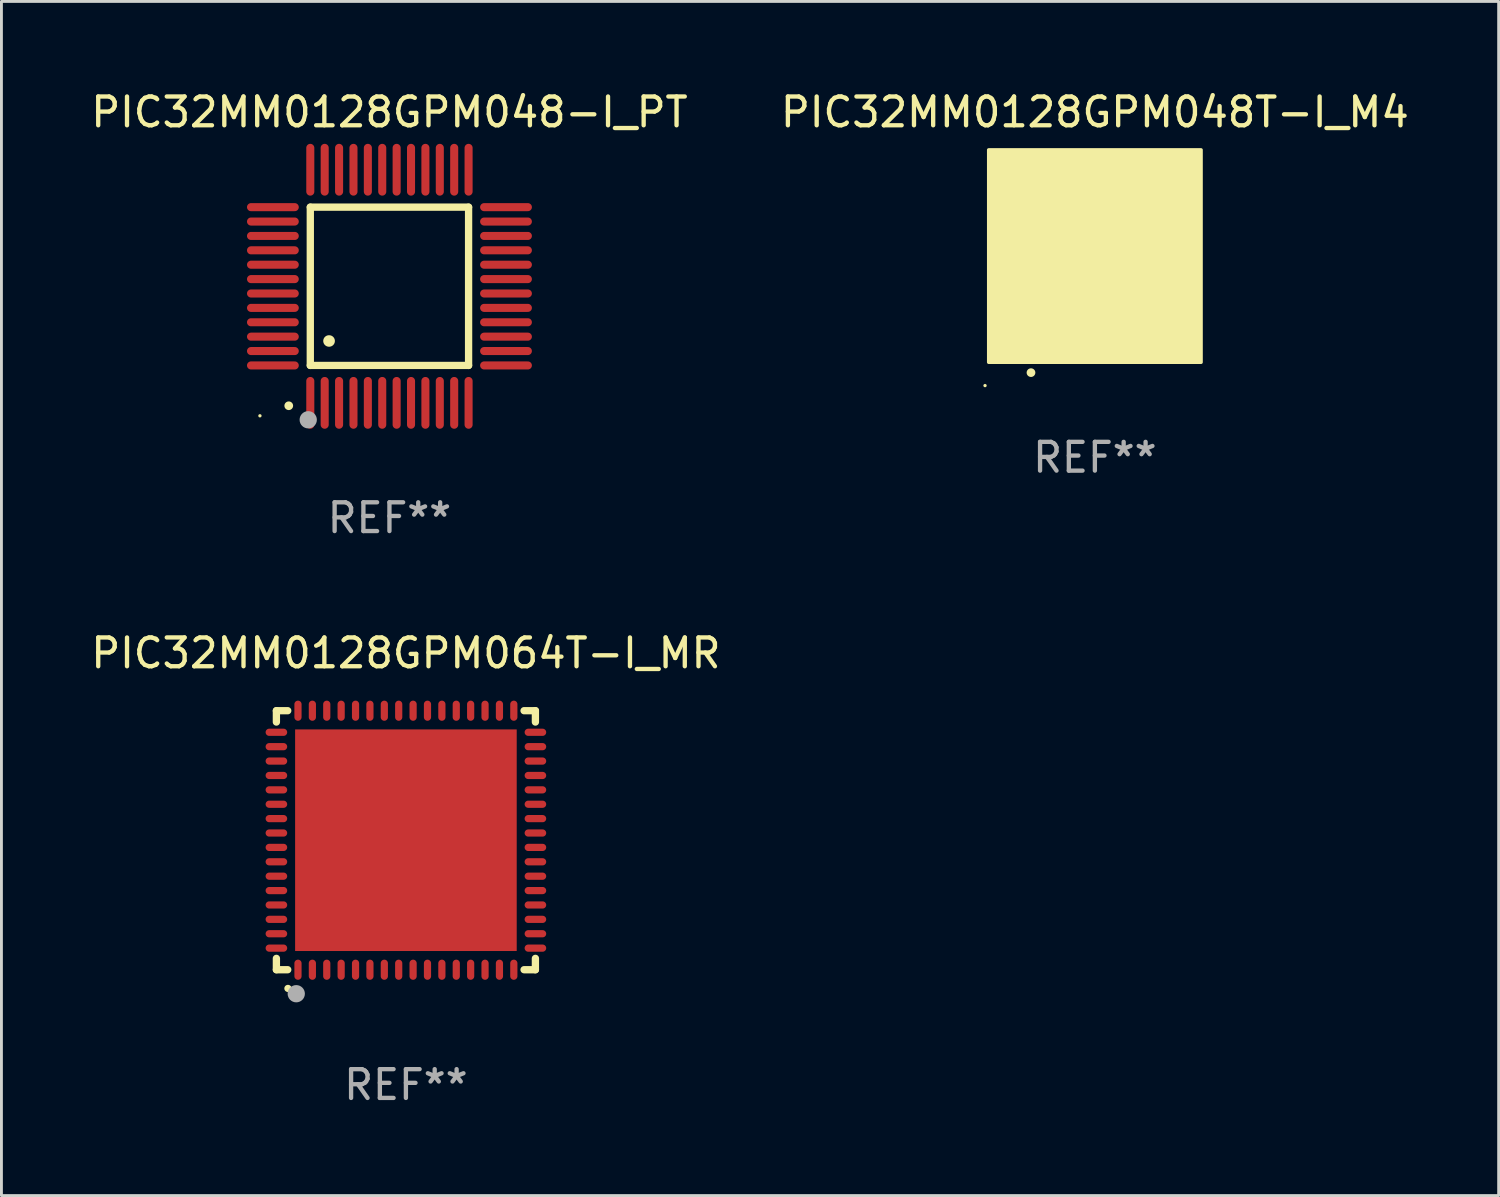
<source format=kicad_pcb>
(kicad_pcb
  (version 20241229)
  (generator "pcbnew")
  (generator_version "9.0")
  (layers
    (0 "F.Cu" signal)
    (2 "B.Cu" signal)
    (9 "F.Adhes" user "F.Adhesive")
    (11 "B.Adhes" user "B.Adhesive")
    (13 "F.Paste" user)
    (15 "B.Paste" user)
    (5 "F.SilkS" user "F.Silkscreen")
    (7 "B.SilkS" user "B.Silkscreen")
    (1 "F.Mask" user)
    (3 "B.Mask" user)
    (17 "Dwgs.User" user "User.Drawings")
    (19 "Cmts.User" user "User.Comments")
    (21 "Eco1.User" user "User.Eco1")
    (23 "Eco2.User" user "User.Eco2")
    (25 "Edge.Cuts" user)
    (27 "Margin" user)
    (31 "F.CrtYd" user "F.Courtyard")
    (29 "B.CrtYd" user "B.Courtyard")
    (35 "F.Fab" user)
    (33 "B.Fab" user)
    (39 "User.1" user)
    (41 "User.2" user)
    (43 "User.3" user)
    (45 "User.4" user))
  (footprint "PIC32MM0128GPM064T-I_MR"
    (layer "F.Cu")
    (at 11.054 26.145)
    (property "Reference" "PIC32MM0128GPM064T-I_MR" (at 0 -6.5 0) (layer "F.SilkS") (effects (font (size 1 1) (thickness 0.15))))
    (attr through_hole)
    (fp_line (start -4.5 -4.5) (end -4.106 -4.5) (stroke (width 0.254) (type solid)) (layer "F.SilkS"))
    (fp_line (start -4.5 -4.106) (end -4.5 -4.5) (stroke (width 0.254) (type solid)) (layer "F.SilkS"))
    (fp_line (start -4.5 4.5) (end -4.5 4.106) (stroke (width 0.254) (type solid)) (layer "F.SilkS"))
    (fp_line (start -4.106 4.5) (end -4.5 4.5) (stroke (width 0.254) (type solid)) (layer "F.SilkS"))
    (fp_line (start 4.106 -4.5) (end 4.5 -4.5) (stroke (width 0.254) (type solid)) (layer "F.SilkS"))
    (fp_line (start 4.5 -4.5) (end 4.5 -4.106) (stroke (width 0.254) (type solid)) (layer "F.SilkS"))
    (fp_line (start 4.5 4.106) (end 4.5 4.5) (stroke (width 0.254) (type solid)) (layer "F.SilkS"))
    (fp_line (start 4.5 4.5) (end 4.106 4.5) (stroke (width 0.254) (type solid)) (layer "F.SilkS"))
    (fp_arc (start -4.099987 5.149898) (mid -4.098717 5.149892) (end -4.097447 5.149898) (stroke (width 0.24892) (type solid)) (layer "F.SilkS"))
    (fp_circle (center -4.5 4.5) (end -4.47 4.5) (stroke (width 0.06) (type solid)) (fill no) (layer "F.SilkS"))
    (fp_circle (center -3.81 5.334) (end -3.66 5.334) (stroke (width 0.3) (type solid)) (fill no) (layer "F.Fab"))
    (fp_text user "REF**" (at 0 8.5 0) (layer "F.Fab") (effects (font (size 1 1) (thickness 0.15))))
    (pad "1" smd oval (at -3.75 4.5) (size 0.25 0.7) (layers "F.Cu" "F.Mask" "F.Paste"))
    (pad "2" smd oval (at -3.25 4.5) (size 0.25 0.7) (layers "F.Cu" "F.Mask" "F.Paste"))
    (pad "3" smd oval (at -2.75 4.5) (size 0.25 0.7) (layers "F.Cu" "F.Mask" "F.Paste"))
    (pad "4" smd oval (at -2.25 4.5) (size 0.25 0.7) (layers "F.Cu" "F.Mask" "F.Paste"))
    (pad "5" smd oval (at -1.75 4.5) (size 0.25 0.7) (layers "F.Cu" "F.Mask" "F.Paste"))
    (pad "6" smd oval (at -1.25 4.5) (size 0.25 0.7) (layers "F.Cu" "F.Mask" "F.Paste"))
    (pad "7" smd oval (at -0.75 4.5) (size 0.25 0.7) (layers "F.Cu" "F.Mask" "F.Paste"))
    (pad "8" smd oval (at -0.25 4.5) (size 0.25 0.7) (layers "F.Cu" "F.Mask" "F.Paste"))
    (pad "9" smd oval (at 0.25 4.5) (size 0.25 0.7) (layers "F.Cu" "F.Mask" "F.Paste"))
    (pad "10" smd oval (at 0.75 4.5) (size 0.25 0.7) (layers "F.Cu" "F.Mask" "F.Paste"))
    (pad "11" smd oval (at 1.25 4.5) (size 0.25 0.7) (layers "F.Cu" "F.Mask" "F.Paste"))
    (pad "12" smd oval (at 1.75 4.5) (size 0.25 0.7) (layers "F.Cu" "F.Mask" "F.Paste"))
    (pad "13" smd oval (at 2.25 4.5) (size 0.25 0.7) (layers "F.Cu" "F.Mask" "F.Paste"))
    (pad "14" smd oval (at 2.75 4.5) (size 0.25 0.7) (layers "F.Cu" "F.Mask" "F.Paste"))
    (pad "15" smd oval (at 3.25 4.5) (size 0.25 0.7) (layers "F.Cu" "F.Mask" "F.Paste"))
    (pad "16" smd oval (at 3.75 4.5) (size 0.25 0.7) (layers "F.Cu" "F.Mask" "F.Paste"))
    (pad "17" smd oval (at 4.5 3.75) (size 0.75 0.25) (layers "F.Cu" "F.Mask" "F.Paste"))
    (pad "18" smd oval (at 4.5 3.25) (size 0.75 0.25) (layers "F.Cu" "F.Mask" "F.Paste"))
    (pad "19" smd oval (at 4.5 2.75) (size 0.75 0.25) (layers "F.Cu" "F.Mask" "F.Paste"))
    (pad "20" smd oval (at 4.5 2.25) (size 0.75 0.25) (layers "F.Cu" "F.Mask" "F.Paste"))
    (pad "21" smd oval (at 4.5 1.75) (size 0.75 0.25) (layers "F.Cu" "F.Mask" "F.Paste"))
    (pad "22" smd oval (at 4.5 1.25) (size 0.75 0.25) (layers "F.Cu" "F.Mask" "F.Paste"))
    (pad "23" smd oval (at 4.5 0.75) (size 0.75 0.25) (layers "F.Cu" "F.Mask" "F.Paste"))
    (pad "24" smd oval (at 4.5 0.25) (size 0.75 0.25) (layers "F.Cu" "F.Mask" "F.Paste"))
    (pad "25" smd oval (at 4.5 -0.25) (size 0.75 0.25) (layers "F.Cu" "F.Mask" "F.Paste"))
    (pad "26" smd oval (at 4.5 -0.75) (size 0.75 0.25) (layers "F.Cu" "F.Mask" "F.Paste"))
    (pad "27" smd oval (at 4.5 -1.25) (size 0.75 0.25) (layers "F.Cu" "F.Mask" "F.Paste"))
    (pad "28" smd oval (at 4.5 -1.75) (size 0.75 0.25) (layers "F.Cu" "F.Mask" "F.Paste"))
    (pad "29" smd oval (at 4.5 -2.25) (size 0.75 0.25) (layers "F.Cu" "F.Mask" "F.Paste"))
    (pad "30" smd oval (at 4.5 -2.75) (size 0.75 0.25) (layers "F.Cu" "F.Mask" "F.Paste"))
    (pad "31" smd oval (at 4.5 -3.25) (size 0.75 0.25) (layers "F.Cu" "F.Mask" "F.Paste"))
    (pad "32" smd oval (at 4.5 -3.75) (size 0.75 0.25) (layers "F.Cu" "F.Mask" "F.Paste"))
    (pad "33" smd oval (at 3.75 -4.5) (size 0.25 0.7) (layers "F.Cu" "F.Mask" "F.Paste"))
    (pad "34" smd oval (at 3.25 -4.5) (size 0.25 0.7) (layers "F.Cu" "F.Mask" "F.Paste"))
    (pad "35" smd oval (at 2.75 -4.5) (size 0.25 0.7) (layers "F.Cu" "F.Mask" "F.Paste"))
    (pad "36" smd oval (at 2.25 -4.5) (size 0.25 0.7) (layers "F.Cu" "F.Mask" "F.Paste"))
    (pad "37" smd oval (at 1.75 -4.5) (size 0.25 0.7) (layers "F.Cu" "F.Mask" "F.Paste"))
    (pad "38" smd oval (at 1.25 -4.5) (size 0.25 0.7) (layers "F.Cu" "F.Mask" "F.Paste"))
    (pad "39" smd oval (at 0.75 -4.5) (size 0.25 0.7) (layers "F.Cu" "F.Mask" "F.Paste"))
    (pad "40" smd oval (at 0.25 -4.5) (size 0.25 0.7) (layers "F.Cu" "F.Mask" "F.Paste"))
    (pad "41" smd oval (at -0.25 -4.5) (size 0.25 0.7) (layers "F.Cu" "F.Mask" "F.Paste"))
    (pad "42" smd oval (at -0.75 -4.5) (size 0.25 0.7) (layers "F.Cu" "F.Mask" "F.Paste"))
    (pad "43" smd oval (at -1.25 -4.5) (size 0.25 0.7) (layers "F.Cu" "F.Mask" "F.Paste"))
    (pad "44" smd oval (at -1.75 -4.5) (size 0.25 0.7) (layers "F.Cu" "F.Mask" "F.Paste"))
    (pad "45" smd oval (at -2.25 -4.5) (size 0.25 0.7) (layers "F.Cu" "F.Mask" "F.Paste"))
    (pad "46" smd oval (at -2.75 -4.5) (size 0.25 0.7) (layers "F.Cu" "F.Mask" "F.Paste"))
    (pad "47" smd oval (at -3.25 -4.5) (size 0.25 0.7) (layers "F.Cu" "F.Mask" "F.Paste"))
    (pad "48" smd oval (at -3.75 -4.5) (size 0.25 0.7) (layers "F.Cu" "F.Mask" "F.Paste"))
    (pad "49" smd oval (at -4.5 -3.75) (size 0.75 0.25) (layers "F.Cu" "F.Mask" "F.Paste"))
    (pad "50" smd oval (at -4.5 -3.25) (size 0.75 0.25) (layers "F.Cu" "F.Mask" "F.Paste"))
    (pad "51" smd oval (at -4.5 -2.75) (size 0.75 0.25) (layers "F.Cu" "F.Mask" "F.Paste"))
    (pad "52" smd oval (at -4.5 -2.25) (size 0.75 0.25) (layers "F.Cu" "F.Mask" "F.Paste"))
    (pad "53" smd oval (at -4.5 -1.75) (size 0.75 0.25) (layers "F.Cu" "F.Mask" "F.Paste"))
    (pad "54" smd oval (at -4.5 -1.25) (size 0.75 0.25) (layers "F.Cu" "F.Mask" "F.Paste"))
    (pad "55" smd oval (at -4.5 -0.75) (size 0.75 0.25) (layers "F.Cu" "F.Mask" "F.Paste"))
    (pad "56" smd oval (at -4.5 -0.25) (size 0.75 0.25) (layers "F.Cu" "F.Mask" "F.Paste"))
    (pad "57" smd oval (at -4.5 0.25) (size 0.75 0.25) (layers "F.Cu" "F.Mask" "F.Paste"))
    (pad "58" smd oval (at -4.5 0.75) (size 0.75 0.25) (layers "F.Cu" "F.Mask" "F.Paste"))
    (pad "59" smd oval (at -4.5 1.25) (size 0.75 0.25) (layers "F.Cu" "F.Mask" "F.Paste"))
    (pad "60" smd oval (at -4.5 1.75) (size 0.75 0.25) (layers "F.Cu" "F.Mask" "F.Paste"))
    (pad "61" smd oval (at -4.5 2.25) (size 0.75 0.25) (layers "F.Cu" "F.Mask" "F.Paste"))
    (pad "62" smd oval (at -4.5 2.75) (size 0.75 0.25) (layers "F.Cu" "F.Mask" "F.Paste"))
    (pad "63" smd oval (at -4.5 3.25) (size 0.75 0.25) (layers "F.Cu" "F.Mask" "F.Paste"))
    (pad "64" smd oval (at -4.5 3.75) (size 0.75 0.25) (layers "F.Cu" "F.Mask" "F.Paste"))
    (pad "65" smd rect (at 0.000394 -0.000013) (size 7.7 7.7) (layers "F.Cu" "F.Mask" "F.Paste")))
  (footprint "PIC32MM0128GPM048-I_PT"
    (layer "F.Cu")
    (at 10.482 6.898)
    (property "Reference" "PIC32MM0128GPM048-I_PT" (at 0 -6.05 0) (layer "F.SilkS") (effects (font (size 1 1) (thickness 0.15))))
    (attr through_hole)
    (fp_line (start -2.75 -2.75) (end 2.75 -2.75) (stroke (width 0.254) (type solid)) (layer "F.SilkS"))
    (fp_line (start -2.75 2.75) (end -2.75 -2.75) (stroke (width 0.254) (type solid)) (layer "F.SilkS"))
    (fp_line (start 2.75 -2.75) (end 2.75 2.75) (stroke (width 0.254) (type solid)) (layer "F.SilkS"))
    (fp_line (start 2.75 2.75) (end -2.75 2.75) (stroke (width 0.254) (type solid)) (layer "F.SilkS"))
    (fp_arc (start -3.500127 4.150368) (mid -3.498857 4.150363) (end -3.497587 4.150368) (stroke (width 0.3) (type solid)) (layer "F.SilkS"))
    (fp_arc (start -2.100584 1.899924) (mid -2.098044 1.899908) (end -2.095504 1.899924) (stroke (width 0.4) (type solid)) (layer "F.SilkS"))
    (fp_circle (center -4.5 4.5) (end -4.47 4.5) (stroke (width 0.06) (type solid)) (fill no) (layer "F.SilkS"))
    (fp_circle (center -2.822 4.638) (end -2.672 4.638) (stroke (width 0.3) (type solid)) (fill no) (layer "F.Fab"))
    (fp_text user "REF**" (at 0 8.05 0) (layer "F.Fab") (effects (font (size 1 1) (thickness 0.15))))
    (pad "1" smd oval (at -2.75 4.05) (size 0.28 1.8) (layers "F.Cu" "F.Mask" "F.Paste"))
    (pad "2" smd oval (at -2.25 4.05) (size 0.28 1.8) (layers "F.Cu" "F.Mask" "F.Paste"))
    (pad "3" smd oval (at -1.75 4.05) (size 0.28 1.8) (layers "F.Cu" "F.Mask" "F.Paste"))
    (pad "4" smd oval (at -1.25 4.05) (size 0.28 1.8) (layers "F.Cu" "F.Mask" "F.Paste"))
    (pad "5" smd oval (at -0.75 4.05) (size 0.28 1.8) (layers "F.Cu" "F.Mask" "F.Paste"))
    (pad "6" smd oval (at -0.25 4.05) (size 0.28 1.8) (layers "F.Cu" "F.Mask" "F.Paste"))
    (pad "7" smd oval (at 0.25 4.05) (size 0.28 1.8) (layers "F.Cu" "F.Mask" "F.Paste"))
    (pad "8" smd oval (at 0.75 4.05) (size 0.28 1.8) (layers "F.Cu" "F.Mask" "F.Paste"))
    (pad "9" smd oval (at 1.25 4.05) (size 0.28 1.8) (layers "F.Cu" "F.Mask" "F.Paste"))
    (pad "10" smd oval (at 1.75 4.05) (size 0.28 1.8) (layers "F.Cu" "F.Mask" "F.Paste"))
    (pad "11" smd oval (at 2.25 4.05) (size 0.28 1.8) (layers "F.Cu" "F.Mask" "F.Paste"))
    (pad "12" smd oval (at 2.75 4.05) (size 0.28 1.8) (layers "F.Cu" "F.Mask" "F.Paste"))
    (pad "13" smd oval (at 4.05 2.75) (size 1.8 0.28) (layers "F.Cu" "F.Mask" "F.Paste"))
    (pad "14" smd oval (at 4.05 2.25) (size 1.8 0.28) (layers "F.Cu" "F.Mask" "F.Paste"))
    (pad "15" smd oval (at 4.05 1.75) (size 1.8 0.28) (layers "F.Cu" "F.Mask" "F.Paste"))
    (pad "16" smd oval (at 4.05 1.25) (size 1.8 0.28) (layers "F.Cu" "F.Mask" "F.Paste"))
    (pad "17" smd oval (at 4.05 0.75) (size 1.8 0.28) (layers "F.Cu" "F.Mask" "F.Paste"))
    (pad "18" smd oval (at 4.05 0.25) (size 1.8 0.28) (layers "F.Cu" "F.Mask" "F.Paste"))
    (pad "19" smd oval (at 4.05 -0.25) (size 1.8 0.28) (layers "F.Cu" "F.Mask" "F.Paste"))
    (pad "20" smd oval (at 4.05 -0.75) (size 1.8 0.28) (layers "F.Cu" "F.Mask" "F.Paste"))
    (pad "21" smd oval (at 4.05 -1.25) (size 1.8 0.28) (layers "F.Cu" "F.Mask" "F.Paste"))
    (pad "22" smd oval (at 4.05 -1.75) (size 1.8 0.28) (layers "F.Cu" "F.Mask" "F.Paste"))
    (pad "23" smd oval (at 4.05 -2.25) (size 1.8 0.28) (layers "F.Cu" "F.Mask" "F.Paste"))
    (pad "24" smd oval (at 4.05 -2.75) (size 1.8 0.28) (layers "F.Cu" "F.Mask" "F.Paste"))
    (pad "25" smd oval (at 2.75 -4.05) (size 0.28 1.8) (layers "F.Cu" "F.Mask" "F.Paste"))
    (pad "26" smd oval (at 2.25 -4.05) (size 0.28 1.8) (layers "F.Cu" "F.Mask" "F.Paste"))
    (pad "27" smd oval (at 1.75 -4.05) (size 0.28 1.8) (layers "F.Cu" "F.Mask" "F.Paste"))
    (pad "28" smd oval (at 1.25 -4.05) (size 0.28 1.8) (layers "F.Cu" "F.Mask" "F.Paste"))
    (pad "29" smd oval (at 0.75 -4.05) (size 0.28 1.8) (layers "F.Cu" "F.Mask" "F.Paste"))
    (pad "30" smd oval (at 0.25 -4.05) (size 0.28 1.8) (layers "F.Cu" "F.Mask" "F.Paste"))
    (pad "31" smd oval (at -0.25 -4.05) (size 0.28 1.8) (layers "F.Cu" "F.Mask" "F.Paste"))
    (pad "32" smd oval (at -0.75 -4.05) (size 0.28 1.8) (layers "F.Cu" "F.Mask" "F.Paste"))
    (pad "33" smd oval (at -1.25 -4.05) (size 0.28 1.8) (layers "F.Cu" "F.Mask" "F.Paste"))
    (pad "34" smd oval (at -1.75 -4.05) (size 0.28 1.8) (layers "F.Cu" "F.Mask" "F.Paste"))
    (pad "35" smd oval (at -2.25 -4.05) (size 0.28 1.8) (layers "F.Cu" "F.Mask" "F.Paste"))
    (pad "36" smd oval (at -2.75 -4.05) (size 0.28 1.8) (layers "F.Cu" "F.Mask" "F.Paste"))
    (pad "37" smd oval (at -4.05 -2.75) (size 1.8 0.28) (layers "F.Cu" "F.Mask" "F.Paste"))
    (pad "38" smd oval (at -4.05 -2.25) (size 1.8 0.28) (layers "F.Cu" "F.Mask" "F.Paste"))
    (pad "39" smd oval (at -4.05 -1.75) (size 1.8 0.28) (layers "F.Cu" "F.Mask" "F.Paste"))
    (pad "40" smd oval (at -4.05 -1.25) (size 1.8 0.28) (layers "F.Cu" "F.Mask" "F.Paste"))
    (pad "41" smd oval (at -4.05 -0.75) (size 1.8 0.28) (layers "F.Cu" "F.Mask" "F.Paste"))
    (pad "42" smd oval (at -4.05 -0.25) (size 1.8 0.28) (layers "F.Cu" "F.Mask" "F.Paste"))
    (pad "43" smd oval (at -4.05 0.25) (size 1.8 0.28) (layers "F.Cu" "F.Mask" "F.Paste"))
    (pad "44" smd oval (at -4.05 0.75) (size 1.8 0.28) (layers "F.Cu" "F.Mask" "F.Paste"))
    (pad "45" smd oval (at -4.05 1.25) (size 1.8 0.28) (layers "F.Cu" "F.Mask" "F.Paste"))
    (pad "46" smd oval (at -4.05 1.75) (size 1.8 0.28) (layers "F.Cu" "F.Mask" "F.Paste"))
    (pad "47" smd oval (at -4.05 2.25) (size 1.8 0.28) (layers "F.Cu" "F.Mask" "F.Paste"))
    (pad "48" smd oval (at -4.05 2.75) (size 1.8 0.28) (layers "F.Cu" "F.Mask" "F.Paste")))
  (footprint "PIC32MM0128GPM048T-I_M4"
    (layer "F.Cu")
    (at 34.994 5.848)
    (property "Reference" "PIC32MM0128GPM048T-I_M4" (at 0 -5 0) (layer "F.SilkS") (effects (font (size 1 1) (thickness 0.15))))
    (attr through_hole)
    (fp_arc (start -2.221158 4.050013) (mid -2.219888 4.050008) (end -2.218618 4.050013) (stroke (width 0.3) (type solid)) (layer "F.SilkS"))
    (fp_circle (center -3.817 4.5) (end -3.787 4.5) (stroke (width 0.06) (type solid)) (fill no) (layer "F.SilkS"))
    (fp_poly (pts (xy -3.69 -3.69) (xy 3.69 -3.69) (xy 3.69 3.69) (xy -3.69 3.69)) (stroke (width 0.12) (type solid)) (fill yes) (layer "F.SilkS"))
    (fp_text user "REF**" (at 0 7 0) (layer "F.Fab") (effects (font (size 1 1) (thickness 0.15))))
    (pad "1" smd oval (at -2.201 3) (size 0.2 0.95) (layers "F.Cu" "F.Mask" "F.Paste"))
    (pad "2" smd oval (at -1.8 3) (size 0.2 0.95) (layers "F.Cu" "F.Mask" "F.Paste"))
    (pad "3" smd oval (at -1.401 3) (size 0.2 0.95) (layers "F.Cu" "F.Mask" "F.Paste"))
    (pad "4" smd oval (at -0.999 3) (size 0.2 0.95) (layers "F.Cu" "F.Mask" "F.Paste"))
    (pad "5" smd oval (at -0.601 3) (size 0.2 0.95) (layers "F.Cu" "F.Mask" "F.Paste"))
    (pad "6" smd oval (at -0.199 3) (size 0.2 0.95) (layers "F.Cu" "F.Mask" "F.Paste"))
    (pad "7" smd oval (at 0.199 3) (size 0.2 0.95) (layers "F.Cu" "F.Mask" "F.Paste"))
    (pad "8" smd oval (at 0.601 3) (size 0.2 0.95) (layers "F.Cu" "F.Mask" "F.Paste"))
    (pad "9" smd oval (at 0.999 3) (size 0.2 0.95) (layers "F.Cu" "F.Mask" "F.Paste"))
    (pad "10" smd oval (at 1.401 3) (size 0.2 0.95) (layers "F.Cu" "F.Mask" "F.Paste"))
    (pad "11" smd oval (at 1.8 3) (size 0.2 0.95) (layers "F.Cu" "F.Mask" "F.Paste"))
    (pad "12" smd oval (at 2.201 3) (size 0.2 0.95) (layers "F.Cu" "F.Mask" "F.Paste"))
    (pad "13" smd oval (at 3 2.198 90) (size 0.2 0.95) (layers "F.Cu" "F.Mask" "F.Paste"))
    (pad "14" smd oval (at 3 1.8 90) (size 0.2 0.95) (layers "F.Cu" "F.Mask" "F.Paste"))
    (pad "15" smd oval (at 3 1.401 90) (size 0.2 0.95) (layers "F.Cu" "F.Mask" "F.Paste"))
    (pad "16" smd oval (at 3 0.999 90) (size 0.2 0.95) (layers "F.Cu" "F.Mask" "F.Paste"))
    (pad "17" smd oval (at 3 0.601 90) (size 0.2 0.95) (layers "F.Cu" "F.Mask" "F.Paste"))
    (pad "18" smd oval (at 3 0.199 90) (size 0.2 0.95) (layers "F.Cu" "F.Mask" "F.Paste"))
    (pad "19" smd oval (at 3 -0.199 90) (size 0.2 0.95) (layers "F.Cu" "F.Mask" "F.Paste"))
    (pad "20" smd oval (at 3 -0.601 90) (size 0.2 0.95) (layers "F.Cu" "F.Mask" "F.Paste"))
    (pad "21" smd oval (at 3 -0.999 90) (size 0.2 0.95) (layers "F.Cu" "F.Mask" "F.Paste"))
    (pad "22" smd oval (at 3 -1.401 90) (size 0.2 0.95) (layers "F.Cu" "F.Mask" "F.Paste"))
    (pad "23" smd oval (at 3 -1.8 90) (size 0.2 0.95) (layers "F.Cu" "F.Mask" "F.Paste"))
    (pad "24" smd oval (at 3 -2.201 90) (size 0.2 0.95) (layers "F.Cu" "F.Mask" "F.Paste"))
    (pad "25" smd oval (at 2.201 -3 180) (size 0.2 0.95) (layers "F.Cu" "F.Mask" "F.Paste"))
    (pad "26" smd oval (at 1.8 -3 180) (size 0.2 0.95) (layers "F.Cu" "F.Mask" "F.Paste"))
    (pad "27" smd oval (at 1.401 -3 180) (size 0.2 0.95) (layers "F.Cu" "F.Mask" "F.Paste"))
    (pad "28" smd oval (at 0.999 -3 180) (size 0.2 0.95) (layers "F.Cu" "F.Mask" "F.Paste"))
    (pad "29" smd oval (at 0.601 -3 180) (size 0.2 0.95) (layers "F.Cu" "F.Mask" "F.Paste"))
    (pad "30" smd oval (at 0.199 -3 180) (size 0.2 0.95) (layers "F.Cu" "F.Mask" "F.Paste"))
    (pad "31" smd oval (at -0.199 -3 180) (size 0.2 0.95) (layers "F.Cu" "F.Mask" "F.Paste"))
    (pad "32" smd oval (at -0.601 -3 180) (size 0.2 0.95) (layers "F.Cu" "F.Mask" "F.Paste"))
    (pad "33" smd oval (at -0.999 -3 180) (size 0.2 0.95) (layers "F.Cu" "F.Mask" "F.Paste"))
    (pad "34" smd oval (at -1.401 -3 180) (size 0.2 0.95) (layers "F.Cu" "F.Mask" "F.Paste"))
    (pad "35" smd oval (at -1.8 -3 180) (size 0.2 0.95) (layers "F.Cu" "F.Mask" "F.Paste"))
    (pad "36" smd oval (at -2.201 -3 180) (size 0.2 0.95) (layers "F.Cu" "F.Mask" "F.Paste"))
    (pad "37" smd oval (at -3 -2.201 270) (size 0.2 0.95) (layers "F.Cu" "F.Mask" "F.Paste"))
    (pad "38" smd oval (at -3 -1.8 270) (size 0.2 0.95) (layers "F.Cu" "F.Mask" "F.Paste"))
    (pad "39" smd oval (at -3 -1.401 270) (size 0.2 0.95) (layers "F.Cu" "F.Mask" "F.Paste"))
    (pad "40" smd oval (at -3 -0.999 270) (size 0.2 0.95) (layers "F.Cu" "F.Mask" "F.Paste"))
    (pad "41" smd oval (at -3 -0.601 270) (size 0.2 0.95) (layers "F.Cu" "F.Mask" "F.Paste"))
    (pad "42" smd oval (at -3 -0.199 270) (size 0.2 0.95) (layers "F.Cu" "F.Mask" "F.Paste"))
    (pad "43" smd oval (at -3 0.199 270) (size 0.2 0.95) (layers "F.Cu" "F.Mask" "F.Paste"))
    (pad "44" smd oval (at -3 0.601 270) (size 0.2 0.95) (layers "F.Cu" "F.Mask" "F.Paste"))
    (pad "45" smd oval (at -3 0.999 270) (size 0.2 0.95) (layers "F.Cu" "F.Mask" "F.Paste"))
    (pad "46" smd oval (at -3 1.401 270) (size 0.2 0.95) (layers "F.Cu" "F.Mask" "F.Paste"))
    (pad "47" smd oval (at -3 1.8 270) (size 0.2 0.95) (layers "F.Cu" "F.Mask" "F.Paste"))
    (pad "48" smd oval (at -3 2.198 270) (size 0.2 0.95) (layers "F.Cu" "F.Mask" "F.Paste"))
    (pad "49" smd rect (at -3 -3 90) (size 0.9 0.9) (layers "F.Cu" "F.Mask" "F.Paste"))
    (pad "49" smd rect (at -3 3 90) (size 0.9 0.9) (layers "F.Cu" "F.Mask" "F.Paste"))
    (pad "49" smd rect (at -0.001 -0.001 90) (size 4.6 4.6) (layers "F.Cu" "F.Mask" "F.Paste"))
    (pad "49" smd rect (at 3 -3 90) (size 0.9 0.9) (layers "F.Cu" "F.Mask" "F.Paste"))
    (pad "49" smd rect (at 3 3 90) (size 0.9 0.9) (layers "F.Cu" "F.Mask" "F.Paste")))
  (gr_rect
    (start -3 -3)
    (end 49.024 38.493)
    (stroke (width 0.1) (type default))
    (fill no)
    (layer "Edge.Cuts")))
</source>
